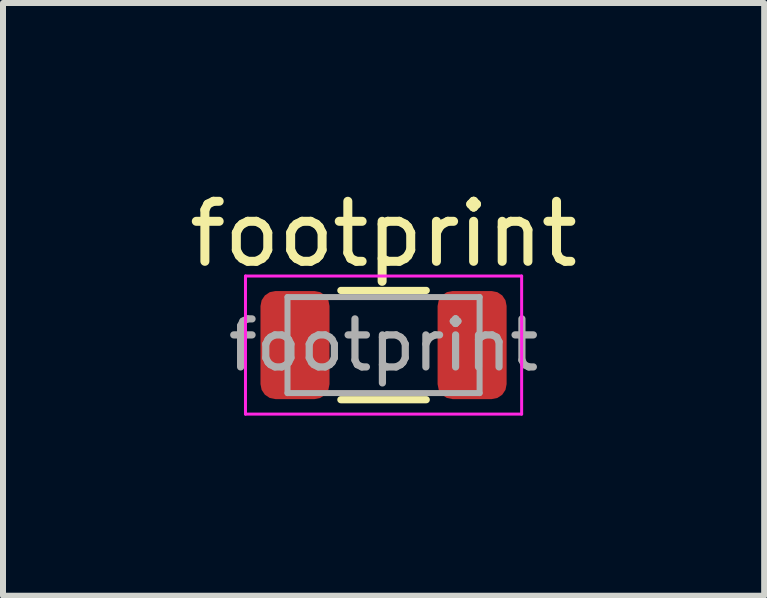
<source format=kicad_pcb>
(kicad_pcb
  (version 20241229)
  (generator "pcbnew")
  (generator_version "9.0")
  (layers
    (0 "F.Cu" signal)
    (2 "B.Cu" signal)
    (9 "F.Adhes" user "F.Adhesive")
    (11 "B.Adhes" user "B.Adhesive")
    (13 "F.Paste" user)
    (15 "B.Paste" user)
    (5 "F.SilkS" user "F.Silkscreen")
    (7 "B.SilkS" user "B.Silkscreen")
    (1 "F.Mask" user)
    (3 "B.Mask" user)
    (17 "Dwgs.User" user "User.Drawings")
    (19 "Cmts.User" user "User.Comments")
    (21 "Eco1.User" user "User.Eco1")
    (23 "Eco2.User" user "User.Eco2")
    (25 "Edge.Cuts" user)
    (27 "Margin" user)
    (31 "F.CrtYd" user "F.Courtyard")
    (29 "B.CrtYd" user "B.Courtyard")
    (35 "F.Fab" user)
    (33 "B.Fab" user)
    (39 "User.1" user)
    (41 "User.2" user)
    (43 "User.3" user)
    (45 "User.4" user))
  (footprint "footprint"
    (layer "F.Cu")
    (at 3.339 2.698)
    (property "Reference" "footprint" (at 0 -1.85 0) (layer "F.SilkS") (effects (font (size 1 1) (thickness 0.15))))
    (attr smd)
    (fp_line (start -0.711 -0.91) (end 0.711 -0.91) (stroke (width 0.12) (type solid)) (layer "F.SilkS"))
    (fp_line (start -0.711 0.91) (end 0.711 0.91) (stroke (width 0.12) (type solid)) (layer "F.SilkS"))
    (fp_line (start -2.3 -1.15) (end 2.3 -1.15) (stroke (width 0.05) (type solid)) (layer "F.CrtYd"))
    (fp_line (start -2.3 1.15) (end -2.3 -1.15) (stroke (width 0.05) (type solid)) (layer "F.CrtYd"))
    (fp_line (start 2.3 -1.15) (end 2.3 1.15) (stroke (width 0.05) (type solid)) (layer "F.CrtYd"))
    (fp_line (start 2.3 1.15) (end -2.3 1.15) (stroke (width 0.05) (type solid)) (layer "F.CrtYd"))
    (fp_line (start -1.6 -0.8) (end 1.6 -0.8) (stroke (width 0.1) (type solid)) (layer "F.Fab"))
    (fp_line (start -1.6 0.8) (end -1.6 -0.8) (stroke (width 0.1) (type solid)) (layer "F.Fab"))
    (fp_line (start 1.6 -0.8) (end 1.6 0.8) (stroke (width 0.1) (type solid)) (layer "F.Fab"))
    (fp_line (start 1.6 0.8) (end -1.6 0.8) (stroke (width 0.1) (type solid)) (layer "F.Fab"))
    (fp_text user "${REFERENCE}" (at 0 0 0) (layer "F.Fab") (effects (font (size 0.8 0.8) (thickness 0.12))))
    (pad "1" smd roundrect (at -1.475 0) (size 1.15 1.8) (layers "F.Cu" "F.Mask" "F.Paste") (roundrect_rratio 0.217))
    (pad "2" smd roundrect (at 1.475 0) (size 1.15 1.8) (layers "F.Cu" "F.Mask" "F.Paste") (roundrect_rratio 0.217)))
  (gr_rect
    (start -3 -3)
    (end 9.679 6.873)
    (stroke (width 0.1) (type default))
    (fill no)
    (layer "Edge.Cuts")))
</source>
